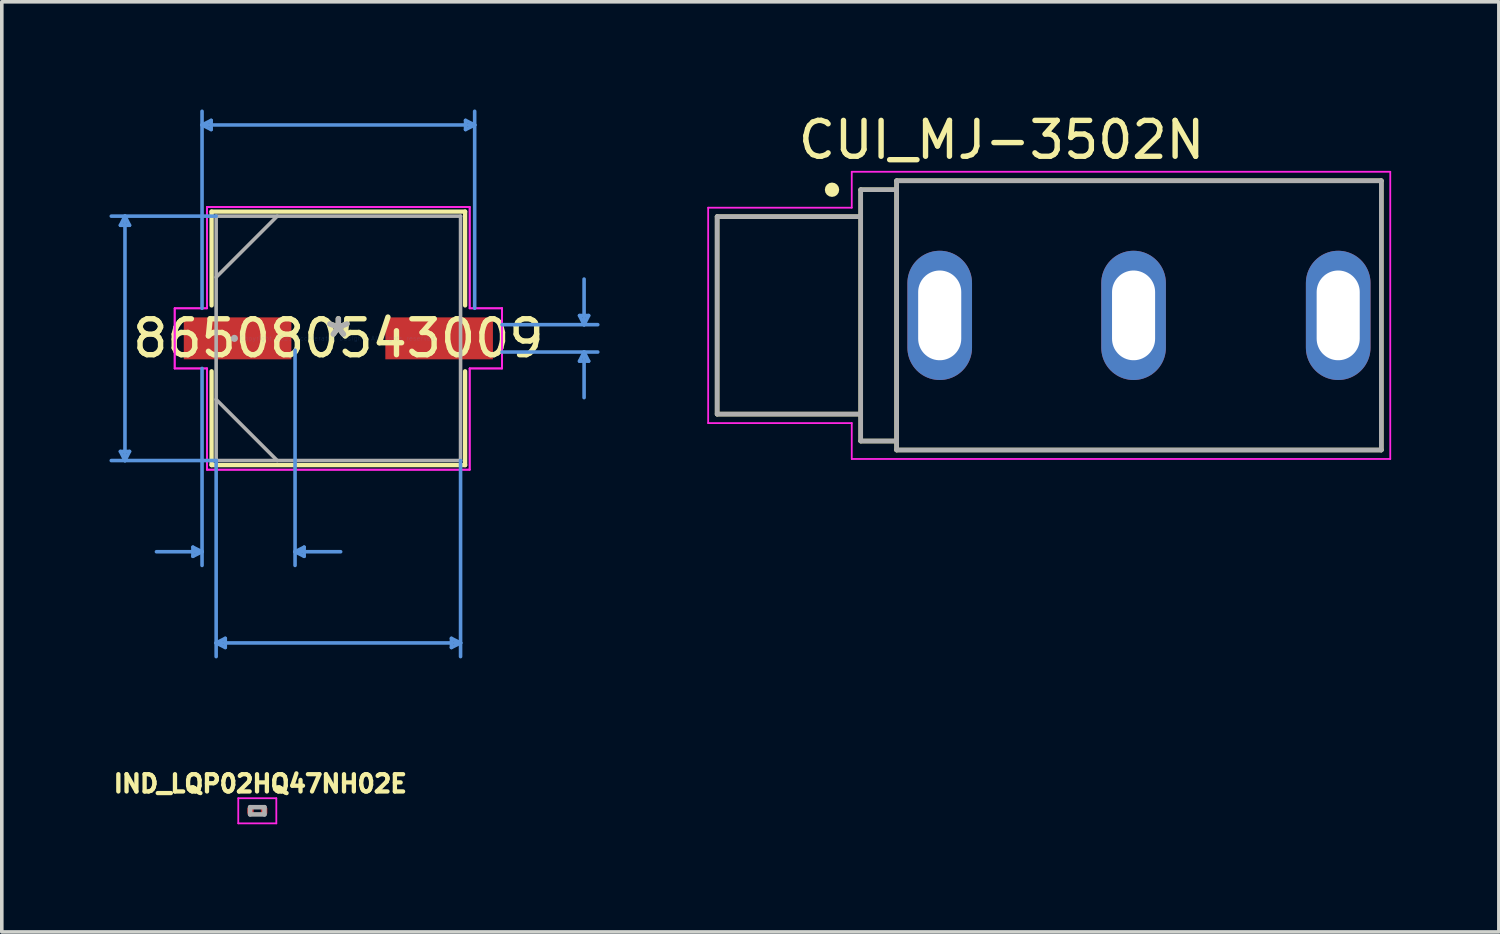
<source format=kicad_pcb>
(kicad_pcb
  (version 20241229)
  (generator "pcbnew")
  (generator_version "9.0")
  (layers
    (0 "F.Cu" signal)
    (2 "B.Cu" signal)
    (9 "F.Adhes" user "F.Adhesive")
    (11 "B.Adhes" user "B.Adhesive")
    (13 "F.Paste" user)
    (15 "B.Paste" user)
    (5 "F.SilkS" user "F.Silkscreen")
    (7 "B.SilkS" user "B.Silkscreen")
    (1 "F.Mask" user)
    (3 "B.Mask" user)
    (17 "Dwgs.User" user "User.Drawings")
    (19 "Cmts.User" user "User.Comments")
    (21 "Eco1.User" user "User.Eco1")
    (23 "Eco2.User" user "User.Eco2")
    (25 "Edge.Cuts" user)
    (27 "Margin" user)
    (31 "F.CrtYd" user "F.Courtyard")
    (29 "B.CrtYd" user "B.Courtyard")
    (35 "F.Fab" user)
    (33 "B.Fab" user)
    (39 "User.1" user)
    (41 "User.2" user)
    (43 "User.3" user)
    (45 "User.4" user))
  (footprint "IND_LQP02HQ47NH02E"
    (layer "F.Cu")
    (at 4.117 19.535)
    (property "Reference" "IND_LQP02HQ47NH02E" (at 0.084 -0.755 0) (layer "F.SilkS") (effects (font (size 0.48 0.48) (thickness 0.15))))
    (attr through_hole)
    (fp_line (start -0.53 -0.35) (end 0.53 -0.35) (stroke (width 0.05) (type solid)) (layer "F.CrtYd"))
    (fp_line (start -0.53 0.35) (end -0.53 -0.35) (stroke (width 0.05) (type solid)) (layer "F.CrtYd"))
    (fp_line (start 0.53 -0.35) (end 0.53 0.35) (stroke (width 0.05) (type solid)) (layer "F.CrtYd"))
    (fp_line (start 0.53 0.35) (end -0.53 0.35) (stroke (width 0.05) (type solid)) (layer "F.CrtYd"))
    (fp_line (start -0.2 -0.1) (end 0.2 -0.1) (stroke (width 0.127) (type solid)) (layer "F.Fab"))
    (fp_line (start -0.2 0.1) (end -0.2 -0.1) (stroke (width 0.127) (type solid)) (layer "F.Fab"))
    (fp_line (start 0.2 -0.1) (end 0.2 0.1) (stroke (width 0.127) (type solid)) (layer "F.Fab"))
    (fp_line (start 0.2 0.1) (end -0.2 0.1) (stroke (width 0.127) (type solid)) (layer "F.Fab"))
    (pad "1" smd rect (at -0.19 0) (size 0.18 0.16) (layers "F.Cu" "F.Mask" "F.Paste"))
    (pad "2" smd rect (at 0.19 0) (size 0.18 0.16) (layers "F.Cu" "F.Mask" "F.Paste")))
  (footprint "865080543009"
    (layer "F.Cu")
    (at 6.375 6.375)
    (property "Reference" "865080543009" (at 0 0 0) (layer "F.SilkS") (effects (font (size 1 1) (thickness 0.15))))
    (attr through_hole)
    (fp_line (start -3.531 -3.531) (end -3.531 -0.917) (stroke (width 0.12) (type solid)) (layer "F.SilkS"))
    (fp_line (start -3.531 0.917) (end -3.531 3.531) (stroke (width 0.12) (type solid)) (layer "F.SilkS"))
    (fp_line (start -3.531 3.531) (end 3.531 3.531) (stroke (width 0.12) (type solid)) (layer "F.SilkS"))
    (fp_line (start 3.531 -3.531) (end -3.531 -3.531) (stroke (width 0.12) (type solid)) (layer "F.SilkS"))
    (fp_line (start 3.531 -0.917) (end 3.531 -3.531) (stroke (width 0.12) (type solid)) (layer "F.SilkS"))
    (fp_line (start 3.531 3.531) (end 3.531 0.917) (stroke (width 0.12) (type solid)) (layer "F.SilkS"))
    (fp_line (start -6.071 -3.15) (end -5.817 -3.15) (stroke (width 0.1) (type solid)) (layer "Cmts.User"))
    (fp_line (start -6.071 3.15) (end -5.817 3.15) (stroke (width 0.1) (type solid)) (layer "Cmts.User"))
    (fp_line (start -5.944 -3.404) (end -6.071 -3.15) (stroke (width 0.1) (type solid)) (layer "Cmts.User"))
    (fp_line (start -5.944 -3.404) (end -5.944 3.404) (stroke (width 0.1) (type solid)) (layer "Cmts.User"))
    (fp_line (start -5.944 -3.404) (end -5.817 -3.15) (stroke (width 0.1) (type solid)) (layer "Cmts.User"))
    (fp_line (start -5.944 3.404) (end -6.071 3.15) (stroke (width 0.1) (type solid)) (layer "Cmts.User"))
    (fp_line (start -5.944 3.404) (end -5.817 3.15) (stroke (width 0.1) (type solid)) (layer "Cmts.User"))
    (fp_line (start -4.051 5.817) (end -4.051 6.071) (stroke (width 0.1) (type solid)) (layer "Cmts.User"))
    (fp_line (start -3.797 -5.944) (end -3.543 -6.071) (stroke (width 0.1) (type solid)) (layer "Cmts.User"))
    (fp_line (start -3.797 -5.944) (end -3.543 -5.817) (stroke (width 0.1) (type solid)) (layer "Cmts.User"))
    (fp_line (start -3.797 -5.944) (end 3.797 -5.944) (stroke (width 0.1) (type solid)) (layer "Cmts.User"))
    (fp_line (start -3.797 -0.838) (end -3.797 -6.325) (stroke (width 0.1) (type solid)) (layer "Cmts.User"))
    (fp_line (start -3.797 0.838) (end -3.797 6.325) (stroke (width 0.1) (type solid)) (layer "Cmts.User"))
    (fp_line (start -3.797 5.944) (end -5.067 5.944) (stroke (width 0.1) (type solid)) (layer "Cmts.User"))
    (fp_line (start -3.797 5.944) (end -4.051 5.817) (stroke (width 0.1) (type solid)) (layer "Cmts.User"))
    (fp_line (start -3.797 5.944) (end -4.051 6.071) (stroke (width 0.1) (type solid)) (layer "Cmts.User"))
    (fp_line (start -3.543 -6.071) (end -3.543 -5.817) (stroke (width 0.1) (type solid)) (layer "Cmts.User"))
    (fp_line (start -3.404 -3.404) (end -6.325 -3.404) (stroke (width 0.1) (type solid)) (layer "Cmts.User"))
    (fp_line (start -3.404 3.404) (end -6.325 3.404) (stroke (width 0.1) (type solid)) (layer "Cmts.User"))
    (fp_line (start -3.404 3.404) (end -3.404 8.865) (stroke (width 0.1) (type solid)) (layer "Cmts.User"))
    (fp_line (start -3.404 8.484) (end -3.15 8.357) (stroke (width 0.1) (type solid)) (layer "Cmts.User"))
    (fp_line (start -3.404 8.484) (end -3.15 8.611) (stroke (width 0.1) (type solid)) (layer "Cmts.User"))
    (fp_line (start -3.404 8.484) (end 3.404 8.484) (stroke (width 0.1) (type solid)) (layer "Cmts.User"))
    (fp_line (start -3.15 8.357) (end -3.15 8.611) (stroke (width 0.1) (type solid)) (layer "Cmts.User"))
    (fp_line (start -1.206 0.33) (end -1.206 6.325) (stroke (width 0.1) (type solid)) (layer "Cmts.User"))
    (fp_line (start -1.206 5.944) (end -0.953 5.817) (stroke (width 0.1) (type solid)) (layer "Cmts.User"))
    (fp_line (start -1.206 5.944) (end -0.953 6.071) (stroke (width 0.1) (type solid)) (layer "Cmts.User"))
    (fp_line (start -1.206 5.944) (end 0.064 5.944) (stroke (width 0.1) (type solid)) (layer "Cmts.User"))
    (fp_line (start -0.953 5.817) (end -0.953 6.071) (stroke (width 0.1) (type solid)) (layer "Cmts.User"))
    (fp_line (start 3.15 8.357) (end 3.15 8.611) (stroke (width 0.1) (type solid)) (layer "Cmts.User"))
    (fp_line (start 3.404 3.404) (end 3.404 8.865) (stroke (width 0.1) (type solid)) (layer "Cmts.User"))
    (fp_line (start 3.404 8.484) (end 3.15 8.357) (stroke (width 0.1) (type solid)) (layer "Cmts.User"))
    (fp_line (start 3.404 8.484) (end 3.15 8.611) (stroke (width 0.1) (type solid)) (layer "Cmts.User"))
    (fp_line (start 3.543 -6.071) (end 3.543 -5.817) (stroke (width 0.1) (type solid)) (layer "Cmts.User"))
    (fp_line (start 3.797 -5.944) (end 3.543 -6.071) (stroke (width 0.1) (type solid)) (layer "Cmts.User"))
    (fp_line (start 3.797 -5.944) (end 3.543 -5.817) (stroke (width 0.1) (type solid)) (layer "Cmts.User"))
    (fp_line (start 3.797 -0.838) (end 3.797 -6.325) (stroke (width 0.1) (type solid)) (layer "Cmts.User"))
    (fp_line (start 4.559 -0.381) (end 7.226 -0.381) (stroke (width 0.1) (type solid)) (layer "Cmts.User"))
    (fp_line (start 4.559 0.381) (end 7.226 0.381) (stroke (width 0.1) (type solid)) (layer "Cmts.User"))
    (fp_line (start 6.718 -0.635) (end 6.972 -0.635) (stroke (width 0.1) (type solid)) (layer "Cmts.User"))
    (fp_line (start 6.718 0.635) (end 6.972 0.635) (stroke (width 0.1) (type solid)) (layer "Cmts.User"))
    (fp_line (start 6.845 -0.381) (end 6.718 -0.635) (stroke (width 0.1) (type solid)) (layer "Cmts.User"))
    (fp_line (start 6.845 -0.381) (end 6.845 -1.651) (stroke (width 0.1) (type solid)) (layer "Cmts.User"))
    (fp_line (start 6.845 -0.381) (end 6.972 -0.635) (stroke (width 0.1) (type solid)) (layer "Cmts.User"))
    (fp_line (start 6.845 0.381) (end 6.718 0.635) (stroke (width 0.1) (type solid)) (layer "Cmts.User"))
    (fp_line (start 6.845 0.381) (end 6.845 1.651) (stroke (width 0.1) (type solid)) (layer "Cmts.User"))
    (fp_line (start 6.845 0.381) (end 6.972 0.635) (stroke (width 0.1) (type solid)) (layer "Cmts.User"))
    (fp_line (start -4.559 -0.838) (end -3.658 -0.838) (stroke (width 0.05) (type solid)) (layer "F.CrtYd"))
    (fp_line (start -4.559 -0.838) (end -3.658 -0.838) (stroke (width 0.05) (type solid)) (layer "F.CrtYd"))
    (fp_line (start -4.559 0.838) (end -4.559 -0.838) (stroke (width 0.05) (type solid)) (layer "F.CrtYd"))
    (fp_line (start -4.559 0.838) (end -4.559 -0.838) (stroke (width 0.05) (type solid)) (layer "F.CrtYd"))
    (fp_line (start -3.658 -3.658) (end 3.658 -3.658) (stroke (width 0.05) (type solid)) (layer "F.CrtYd"))
    (fp_line (start -3.658 -3.658) (end 3.658 -3.658) (stroke (width 0.05) (type solid)) (layer "F.CrtYd"))
    (fp_line (start -3.658 -0.838) (end -3.658 -3.658) (stroke (width 0.05) (type solid)) (layer "F.CrtYd"))
    (fp_line (start -3.658 -0.838) (end -3.658 -3.658) (stroke (width 0.05) (type solid)) (layer "F.CrtYd"))
    (fp_line (start -3.658 0.838) (end -4.559 0.838) (stroke (width 0.05) (type solid)) (layer "F.CrtYd"))
    (fp_line (start -3.658 0.838) (end -4.559 0.838) (stroke (width 0.05) (type solid)) (layer "F.CrtYd"))
    (fp_line (start -3.658 3.658) (end -3.658 0.838) (stroke (width 0.05) (type solid)) (layer "F.CrtYd"))
    (fp_line (start -3.658 3.658) (end -3.658 0.838) (stroke (width 0.05) (type solid)) (layer "F.CrtYd"))
    (fp_line (start 3.658 -3.658) (end 3.658 -0.838) (stroke (width 0.05) (type solid)) (layer "F.CrtYd"))
    (fp_line (start 3.658 -3.658) (end 3.658 -0.838) (stroke (width 0.05) (type solid)) (layer "F.CrtYd"))
    (fp_line (start 3.658 -0.838) (end 4.559 -0.838) (stroke (width 0.05) (type solid)) (layer "F.CrtYd"))
    (fp_line (start 3.658 -0.838) (end 4.559 -0.838) (stroke (width 0.05) (type solid)) (layer "F.CrtYd"))
    (fp_line (start 3.658 0.838) (end 3.658 3.658) (stroke (width 0.05) (type solid)) (layer "F.CrtYd"))
    (fp_line (start 3.658 0.838) (end 3.658 3.658) (stroke (width 0.05) (type solid)) (layer "F.CrtYd"))
    (fp_line (start 3.658 3.658) (end -3.658 3.658) (stroke (width 0.05) (type solid)) (layer "F.CrtYd"))
    (fp_line (start 3.658 3.658) (end -3.658 3.658) (stroke (width 0.05) (type solid)) (layer "F.CrtYd"))
    (fp_line (start 4.559 -0.838) (end 4.559 0.838) (stroke (width 0.05) (type solid)) (layer "F.CrtYd"))
    (fp_line (start 4.559 -0.838) (end 4.559 0.838) (stroke (width 0.05) (type solid)) (layer "F.CrtYd"))
    (fp_line (start 4.559 0.838) (end 3.658 0.838) (stroke (width 0.05) (type solid)) (layer "F.CrtYd"))
    (fp_line (start 4.559 0.838) (end 3.658 0.838) (stroke (width 0.05) (type solid)) (layer "F.CrtYd"))
    (fp_line (start -3.404 -3.404) (end -3.404 3.404) (stroke (width 0.1) (type solid)) (layer "F.Fab"))
    (fp_line (start -3.404 -1.702) (end -1.702 -3.404) (stroke (width 0.1) (type solid)) (layer "F.Fab"))
    (fp_line (start -3.404 1.702) (end -1.702 3.404) (stroke (width 0.1) (type solid)) (layer "F.Fab"))
    (fp_line (start -3.404 3.404) (end 3.404 3.404) (stroke (width 0.1) (type solid)) (layer "F.Fab"))
    (fp_line (start 3.404 -3.404) (end -3.404 -3.404) (stroke (width 0.1) (type solid)) (layer "F.Fab"))
    (fp_line (start 3.404 3.404) (end 3.404 -3.404) (stroke (width 0.1) (type solid)) (layer "F.Fab"))
    (fp_circle (center -2.896 0) (end -2.896 0) (stroke (width 0.1) (type solid)) (fill no) (layer "F.Fab"))
    (fp_text user "*" (at 0 0 0) (layer "F.SilkS") (effects (font (size 1 1) (thickness 0.15))))
    (fp_text user "Copyright 2021 Accelerated Designs. All rights reserved." (at 0 0 0) (layer "Cmts.User") (effects (font (size 0.127 0.127) (thickness 0.002))))
    (fp_text user "*" (at 0 0 0) (layer "F.Fab") (effects (font (size 1 1) (thickness 0.15))))
    (pad "1" smd rect (at -2.807 0) (size 2.997 1.168) (layers "F.Cu" "F.Mask" "F.Paste"))
    (pad "2" smd rect (at 2.807 0) (size 2.997 1.168) (layers "F.Cu" "F.Mask" "F.Paste")))
  (footprint "CUI_MJ-3502N"
    (layer "F.Cu")
    (at 28.676 5.735)
    (property "Reference" "CUI_MJ-3502N" (at -3.826 -4.887 0) (layer "F.SilkS") (effects (font (size 1 1) (thickness 0.15))))
    (attr through_hole)
    (fp_line (start -11.75 -2.75) (end -11.75 2.75) (stroke (width 0.127) (type solid)) (layer "F.SilkS"))
    (fp_line (start -11.75 2.75) (end -7.75 2.75) (stroke (width 0.127) (type solid)) (layer "F.SilkS"))
    (fp_line (start -7.75 -3.5) (end -7.75 -2.75) (stroke (width 0.127) (type solid)) (layer "F.SilkS"))
    (fp_line (start -7.75 -2.75) (end -11.75 -2.75) (stroke (width 0.127) (type solid)) (layer "F.SilkS"))
    (fp_line (start -7.75 -2.75) (end -7.75 2.75) (stroke (width 0.127) (type solid)) (layer "F.SilkS"))
    (fp_line (start -7.75 2.75) (end -7.75 3.5) (stroke (width 0.127) (type solid)) (layer "F.SilkS"))
    (fp_line (start -7.75 3.5) (end -6.75 3.5) (stroke (width 0.127) (type solid)) (layer "F.SilkS"))
    (fp_line (start -6.75 -3.75) (end 6.75 -3.75) (stroke (width 0.127) (type solid)) (layer "F.SilkS"))
    (fp_line (start -6.75 -3.5) (end -7.75 -3.5) (stroke (width 0.127) (type solid)) (layer "F.SilkS"))
    (fp_line (start -6.75 -3.5) (end -6.75 -3.75) (stroke (width 0.127) (type solid)) (layer "F.SilkS"))
    (fp_line (start -6.75 3.5) (end -6.75 -3.5) (stroke (width 0.127) (type solid)) (layer "F.SilkS"))
    (fp_line (start -6.75 3.75) (end -6.75 3.5) (stroke (width 0.127) (type solid)) (layer "F.SilkS"))
    (fp_line (start 6.75 -3.75) (end 6.75 3.75) (stroke (width 0.127) (type solid)) (layer "F.SilkS"))
    (fp_line (start 6.75 3.75) (end -6.75 3.75) (stroke (width 0.127) (type solid)) (layer "F.SilkS"))
    (fp_circle (center -8.55 -3.5) (end -8.45 -3.5) (stroke (width 0.2) (type solid)) (fill no) (layer "F.SilkS"))
    (fp_line (start -12 -3) (end -8 -3) (stroke (width 0.05) (type solid)) (layer "F.CrtYd"))
    (fp_line (start -12 3) (end -12 -3) (stroke (width 0.05) (type solid)) (layer "F.CrtYd"))
    (fp_line (start -8 -4) (end 7 -4) (stroke (width 0.05) (type solid)) (layer "F.CrtYd"))
    (fp_line (start -8 -3) (end -8 -4) (stroke (width 0.05) (type solid)) (layer "F.CrtYd"))
    (fp_line (start -8 3) (end -12 3) (stroke (width 0.05) (type solid)) (layer "F.CrtYd"))
    (fp_line (start -8 4) (end -8 3) (stroke (width 0.05) (type solid)) (layer "F.CrtYd"))
    (fp_line (start 7 -4) (end 7 4) (stroke (width 0.05) (type solid)) (layer "F.CrtYd"))
    (fp_line (start 7 4) (end -8 4) (stroke (width 0.05) (type solid)) (layer "F.CrtYd"))
    (fp_line (start -11.75 -2.75) (end -11.75 2.75) (stroke (width 0.127) (type solid)) (layer "F.Fab"))
    (fp_line (start -11.75 2.75) (end -7.8 2.75) (stroke (width 0.127) (type solid)) (layer "F.Fab"))
    (fp_line (start -7.75 -3.5) (end -7.75 -2.75) (stroke (width 0.127) (type solid)) (layer "F.Fab"))
    (fp_line (start -7.75 -2.75) (end -11.75 -2.75) (stroke (width 0.127) (type solid)) (layer "F.Fab"))
    (fp_line (start -7.75 -2.75) (end -7.75 3.5) (stroke (width 0.127) (type solid)) (layer "F.Fab"))
    (fp_line (start -7.75 3.5) (end -6.75 3.5) (stroke (width 0.127) (type solid)) (layer "F.Fab"))
    (fp_line (start -6.75 -3.75) (end 6.75 -3.75) (stroke (width 0.127) (type solid)) (layer "F.Fab"))
    (fp_line (start -6.75 -3.5) (end -7.75 -3.5) (stroke (width 0.127) (type solid)) (layer "F.Fab"))
    (fp_line (start -6.75 -3.5) (end -6.75 -3.75) (stroke (width 0.127) (type solid)) (layer "F.Fab"))
    (fp_line (start -6.75 3.5) (end -6.75 -3.5) (stroke (width 0.127) (type solid)) (layer "F.Fab"))
    (fp_line (start -6.75 3.75) (end -6.75 3.5) (stroke (width 0.127) (type solid)) (layer "F.Fab"))
    (fp_line (start 6.75 -3.75) (end 6.75 3.75) (stroke (width 0.127) (type solid)) (layer "F.Fab"))
    (fp_line (start 6.75 3.75) (end -6.75 3.75) (stroke (width 0.127) (type solid)) (layer "F.Fab"))
    (pad "1" thru_hole oval (at -5.55 0) (size 1.8 3.6) (drill oval 1.2 2.5) (layers "*.Cu" "*.Mask"))
    (pad "2" thru_hole oval (at -0.15 0) (size 1.8 3.6) (drill oval 1.2 2.5) (layers "*.Cu" "*.Mask"))
    (pad "3" thru_hole oval (at 5.55 0) (size 1.8 3.6) (drill oval 1.2 2.5) (layers "*.Cu" "*.Mask")))
  (gr_rect
    (start -3 -3)
    (end 38.701 22.91)
    (stroke (width 0.1) (type default))
    (fill no)
    (layer "Edge.Cuts")))
</source>
